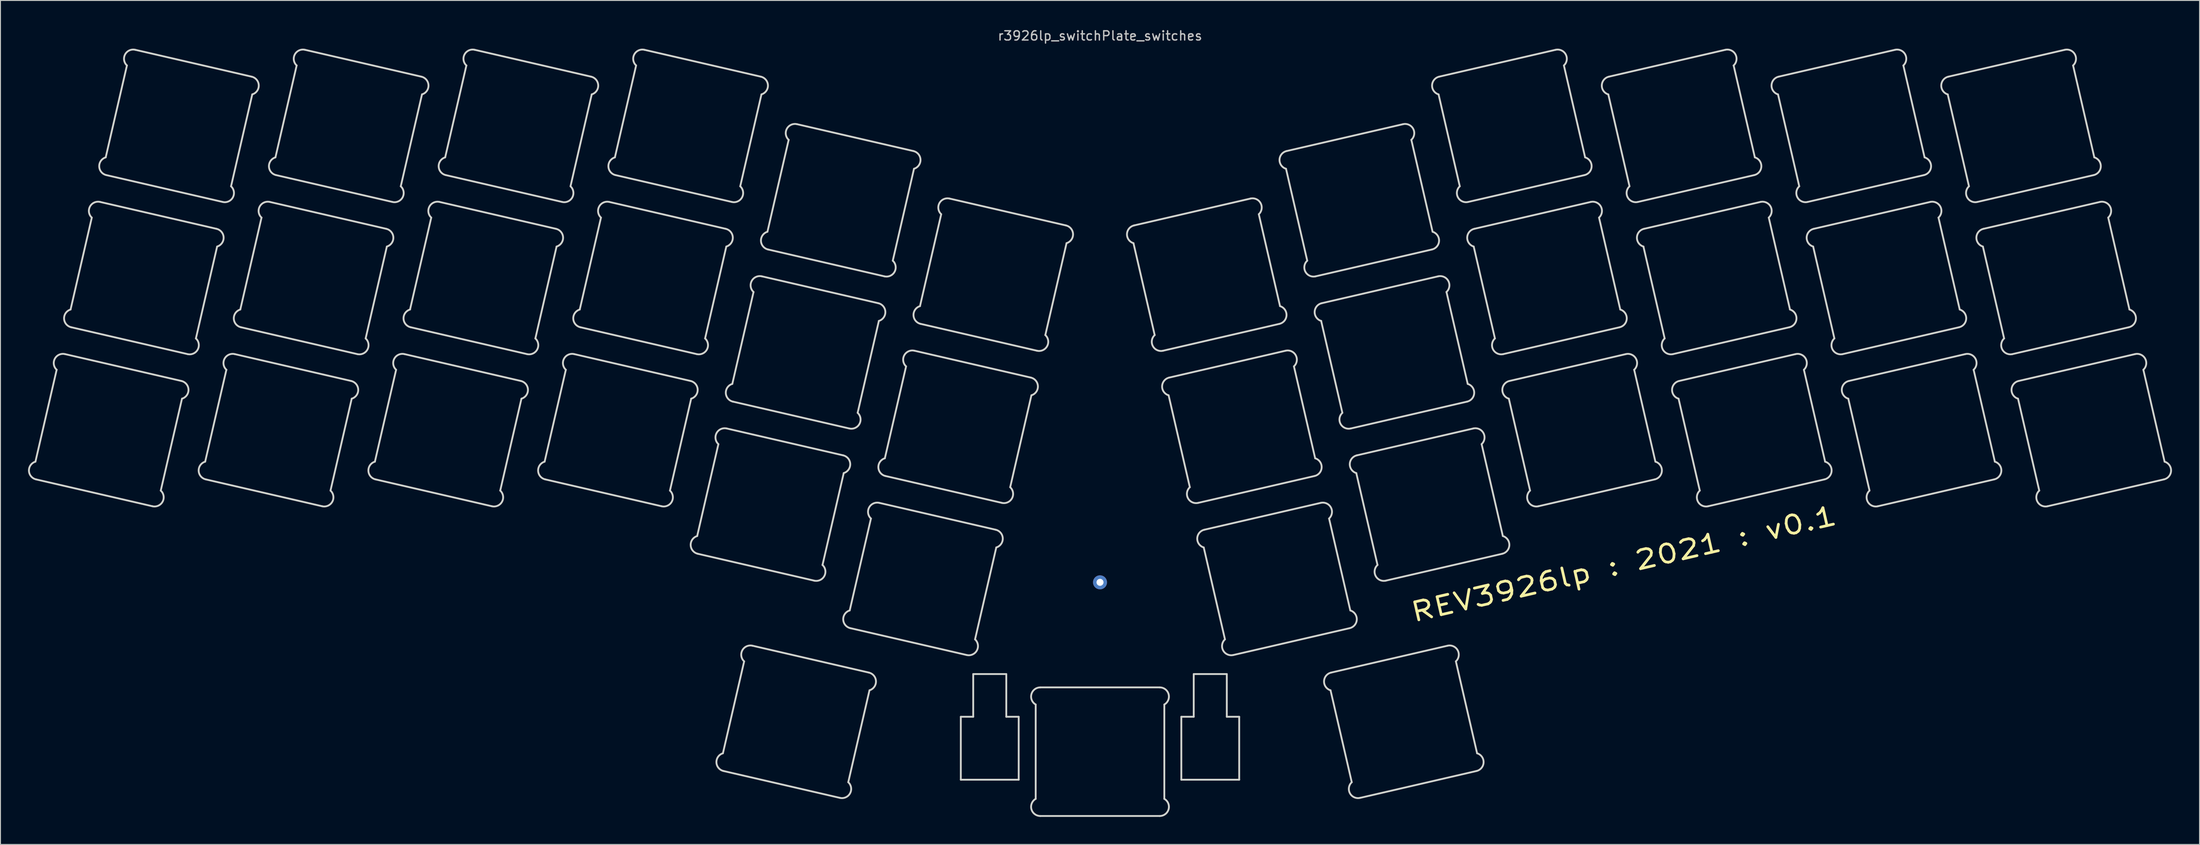
<source format=kicad_pcb>
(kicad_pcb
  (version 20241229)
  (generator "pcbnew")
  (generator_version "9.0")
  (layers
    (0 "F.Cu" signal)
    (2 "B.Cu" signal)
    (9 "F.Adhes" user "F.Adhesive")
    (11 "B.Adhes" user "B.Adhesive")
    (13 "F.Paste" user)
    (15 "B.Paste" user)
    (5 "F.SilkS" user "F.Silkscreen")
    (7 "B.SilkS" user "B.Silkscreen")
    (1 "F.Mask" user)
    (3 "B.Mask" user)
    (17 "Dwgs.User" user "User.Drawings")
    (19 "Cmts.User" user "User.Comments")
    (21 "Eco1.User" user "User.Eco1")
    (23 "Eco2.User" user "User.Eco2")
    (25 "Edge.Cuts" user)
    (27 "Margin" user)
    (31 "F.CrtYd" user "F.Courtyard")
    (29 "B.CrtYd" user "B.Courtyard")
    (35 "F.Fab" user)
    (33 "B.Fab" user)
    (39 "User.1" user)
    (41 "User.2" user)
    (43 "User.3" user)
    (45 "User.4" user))
  (footprint "r3926lp_switchPlate_switches"
    (layer "F.Cu")
    (at 116.674 0.348)
    (property "Reference" "r3926lp_switchPlate_switches" (at 0 0.5 0) (layer "Dwgs.User") (effects (font (size 1 1) (thickness 0.15))))
    (attr through_hole)
    (fp_line (start -115.867 46.863) (end -113.557 36.858) (stroke (width 0.2) (type solid)) (layer "Edge.Cuts"))
    (fp_line (start -112.65 35.153) (end -99.983 38.077) (stroke (width 0.2) (type solid)) (layer "Edge.Cuts"))
    (fp_line (start -112.043 30.299) (end -109.733 20.294) (stroke (width 0.2) (type solid)) (layer "Edge.Cuts"))
    (fp_line (start -108.826 18.588) (end -96.159 21.513) (stroke (width 0.2) (type solid)) (layer "Edge.Cuts"))
    (fp_line (start -108.218 13.734) (end -105.909 3.73) (stroke (width 0.2) (type solid)) (layer "Edge.Cuts"))
    (fp_line (start -105.002 2.024) (end -92.335 4.948) (stroke (width 0.2) (type solid)) (layer "Edge.Cuts"))
    (fp_line (start -103.133 51.718) (end -115.799 48.794) (stroke (width 0.2) (type solid)) (layer "Edge.Cuts"))
    (fp_line (start -99.916 40.008) (end -102.226 50.012) (stroke (width 0.2) (type solid)) (layer "Edge.Cuts"))
    (fp_line (start -99.308 35.154) (end -111.975 32.229) (stroke (width 0.2) (type solid)) (layer "Edge.Cuts"))
    (fp_line (start -97.394 46.863) (end -95.084 36.858) (stroke (width 0.2) (type solid)) (layer "Edge.Cuts"))
    (fp_line (start -96.092 23.443) (end -98.401 33.448) (stroke (width 0.2) (type solid)) (layer "Edge.Cuts"))
    (fp_line (start -95.484 18.589) (end -108.151 15.665) (stroke (width 0.2) (type solid)) (layer "Edge.Cuts"))
    (fp_line (start -94.177 35.153) (end -81.51 38.077) (stroke (width 0.2) (type solid)) (layer "Edge.Cuts"))
    (fp_line (start -93.57 30.299) (end -91.26 20.294) (stroke (width 0.2) (type solid)) (layer "Edge.Cuts"))
    (fp_line (start -92.267 6.879) (end -94.577 16.884) (stroke (width 0.2) (type solid)) (layer "Edge.Cuts"))
    (fp_line (start -90.353 18.588) (end -77.686 21.513) (stroke (width 0.2) (type solid)) (layer "Edge.Cuts"))
    (fp_line (start -89.745 13.734) (end -87.436 3.73) (stroke (width 0.2) (type solid)) (layer "Edge.Cuts"))
    (fp_line (start -86.529 2.024) (end -73.862 4.948) (stroke (width 0.2) (type solid)) (layer "Edge.Cuts"))
    (fp_line (start -84.66 51.718) (end -97.326 48.794) (stroke (width 0.2) (type solid)) (layer "Edge.Cuts"))
    (fp_line (start -81.443 40.008) (end -83.753 50.012) (stroke (width 0.2) (type solid)) (layer "Edge.Cuts"))
    (fp_line (start -80.835 35.154) (end -93.502 32.229) (stroke (width 0.2) (type solid)) (layer "Edge.Cuts"))
    (fp_line (start -78.921 46.863) (end -76.611 36.858) (stroke (width 0.2) (type solid)) (layer "Edge.Cuts"))
    (fp_line (start -77.619 23.443) (end -79.928 33.448) (stroke (width 0.2) (type solid)) (layer "Edge.Cuts"))
    (fp_line (start -77.011 18.589) (end -89.678 15.665) (stroke (width 0.2) (type solid)) (layer "Edge.Cuts"))
    (fp_line (start -75.704 35.153) (end -63.037 38.077) (stroke (width 0.2) (type solid)) (layer "Edge.Cuts"))
    (fp_line (start -75.097 30.299) (end -72.787 20.294) (stroke (width 0.2) (type solid)) (layer "Edge.Cuts"))
    (fp_line (start -73.794 6.879) (end -76.104 16.884) (stroke (width 0.2) (type solid)) (layer "Edge.Cuts"))
    (fp_line (start -71.88 18.588) (end -59.213 21.513) (stroke (width 0.2) (type solid)) (layer "Edge.Cuts"))
    (fp_line (start -71.272 13.734) (end -68.963 3.73) (stroke (width 0.2) (type solid)) (layer "Edge.Cuts"))
    (fp_line (start -68.056 2.024) (end -55.389 4.948) (stroke (width 0.2) (type solid)) (layer "Edge.Cuts"))
    (fp_line (start -66.187 51.718) (end -78.853 48.794) (stroke (width 0.2) (type solid)) (layer "Edge.Cuts"))
    (fp_line (start -62.97 40.008) (end -65.28 50.012) (stroke (width 0.2) (type solid)) (layer "Edge.Cuts"))
    (fp_line (start -62.362 35.154) (end -75.029 32.229) (stroke (width 0.2) (type solid)) (layer "Edge.Cuts"))
    (fp_line (start -60.448 46.863) (end -58.138 36.858) (stroke (width 0.2) (type solid)) (layer "Edge.Cuts"))
    (fp_line (start -59.146 23.443) (end -61.455 33.448) (stroke (width 0.2) (type solid)) (layer "Edge.Cuts"))
    (fp_line (start -58.538 18.589) (end -71.205 15.665) (stroke (width 0.2) (type solid)) (layer "Edge.Cuts"))
    (fp_line (start -57.231 35.153) (end -44.564 38.077) (stroke (width 0.2) (type solid)) (layer "Edge.Cuts"))
    (fp_line (start -56.624 30.299) (end -54.314 20.294) (stroke (width 0.2) (type solid)) (layer "Edge.Cuts"))
    (fp_line (start -55.321 6.879) (end -57.631 16.884) (stroke (width 0.2) (type solid)) (layer "Edge.Cuts"))
    (fp_line (start -53.407 18.588) (end -40.74 21.513) (stroke (width 0.2) (type solid)) (layer "Edge.Cuts"))
    (fp_line (start -52.799 13.734) (end -50.49 3.73) (stroke (width 0.2) (type solid)) (layer "Edge.Cuts"))
    (fp_line (start -49.583 2.024) (end -36.916 4.948) (stroke (width 0.2) (type solid)) (layer "Edge.Cuts"))
    (fp_line (start -47.714 51.718) (end -60.38 48.794) (stroke (width 0.2) (type solid)) (layer "Edge.Cuts"))
    (fp_line (start -44.497 40.008) (end -46.807 50.012) (stroke (width 0.2) (type solid)) (layer "Edge.Cuts"))
    (fp_line (start -43.889 35.154) (end -56.556 32.229) (stroke (width 0.2) (type solid)) (layer "Edge.Cuts"))
    (fp_line (start -43.844 54.961) (end -41.535 44.956) (stroke (width 0.2) (type solid)) (layer "Edge.Cuts"))
    (fp_line (start -41.042 78.612) (end -38.732 68.607) (stroke (width 0.2) (type solid)) (layer "Edge.Cuts"))
    (fp_line (start -40.673 23.443) (end -42.982 33.448) (stroke (width 0.2) (type solid)) (layer "Edge.Cuts"))
    (fp_line (start -40.628 43.251) (end -27.961 46.175) (stroke (width 0.2) (type solid)) (layer "Edge.Cuts"))
    (fp_line (start -40.065 18.589) (end -52.732 15.665) (stroke (width 0.2) (type solid)) (layer "Edge.Cuts"))
    (fp_line (start -40.02 38.397) (end -37.71 28.392) (stroke (width 0.2) (type solid)) (layer "Edge.Cuts"))
    (fp_line (start -37.825 66.901) (end -25.158 69.825) (stroke (width 0.2) (type solid)) (layer "Edge.Cuts"))
    (fp_line (start -36.848 6.879) (end -39.158 16.884) (stroke (width 0.2) (type solid)) (layer "Edge.Cuts"))
    (fp_line (start -36.803 26.686) (end -24.137 29.611) (stroke (width 0.2) (type solid)) (layer "Edge.Cuts"))
    (fp_line (start -36.196 21.832) (end -33.886 11.828) (stroke (width 0.2) (type solid)) (layer "Edge.Cuts"))
    (fp_line (start -32.979 10.122) (end -20.312 13.046) (stroke (width 0.2) (type solid)) (layer "Edge.Cuts"))
    (fp_line (start -31.11 59.816) (end -43.777 56.892) (stroke (width 0.2) (type solid)) (layer "Edge.Cuts"))
    (fp_line (start -28.307 83.467) (end -40.974 80.542) (stroke (width 0.2) (type solid)) (layer "Edge.Cuts"))
    (fp_line (start -27.893 48.106) (end -30.203 58.11) (stroke (width 0.2) (type solid)) (layer "Edge.Cuts"))
    (fp_line (start -27.286 43.252) (end -39.953 40.327) (stroke (width 0.2) (type solid)) (layer "Edge.Cuts"))
    (fp_line (start -27.241 63.059) (end -24.931 53.054) (stroke (width 0.2) (type solid)) (layer "Edge.Cuts"))
    (fp_line (start -25.091 71.756) (end -27.4 81.761) (stroke (width 0.2) (type solid)) (layer "Edge.Cuts"))
    (fp_line (start -24.069 31.541) (end -26.379 41.546) (stroke (width 0.2) (type solid)) (layer "Edge.Cuts"))
    (fp_line (start -24.024 51.349) (end -11.357 54.273) (stroke (width 0.2) (type solid)) (layer "Edge.Cuts"))
    (fp_line (start -23.462 26.688) (end -36.129 23.763) (stroke (width 0.2) (type solid)) (layer "Edge.Cuts"))
    (fp_line (start -23.417 46.495) (end -21.107 36.49) (stroke (width 0.2) (type solid)) (layer "Edge.Cuts"))
    (fp_line (start -20.245 14.977) (end -22.555 24.982) (stroke (width 0.2) (type solid)) (layer "Edge.Cuts"))
    (fp_line (start -20.2 34.784) (end -7.533 37.709) (stroke (width 0.2) (type solid)) (layer "Edge.Cuts"))
    (fp_line (start -19.593 29.93) (end -17.283 19.926) (stroke (width 0.2) (type solid)) (layer "Edge.Cuts"))
    (fp_line (start -16.376 18.22) (end -3.709 21.144) (stroke (width 0.2) (type solid)) (layer "Edge.Cuts"))
    (fp_line (start -15.15 74.638) (end -15.15 81.488) (stroke (width 0.2) (type solid)) (layer "Edge.Cuts"))
    (fp_line (start -15.15 81.488) (end -8.85 81.488) (stroke (width 0.2) (type solid)) (layer "Edge.Cuts"))
    (fp_line (start -14.507 67.914) (end -27.173 64.99) (stroke (width 0.2) (type solid)) (layer "Edge.Cuts"))
    (fp_line (start -13.8 69.988) (end -13.8 74.638) (stroke (width 0.2) (type solid)) (layer "Edge.Cuts"))
    (fp_line (start -13.8 74.638) (end -15.15 74.638) (stroke (width 0.2) (type solid)) (layer "Edge.Cuts"))
    (fp_line (start -11.29 56.204) (end -13.6 66.208) (stroke (width 0.2) (type solid)) (layer "Edge.Cuts"))
    (fp_line (start -10.682 51.35) (end -23.349 48.425) (stroke (width 0.2) (type solid)) (layer "Edge.Cuts"))
    (fp_line (start -10.2 69.988) (end -13.8 69.988) (stroke (width 0.2) (type solid)) (layer "Edge.Cuts"))
    (fp_line (start -10.2 74.638) (end -10.2 69.988) (stroke (width 0.2) (type solid)) (layer "Edge.Cuts"))
    (fp_line (start -8.85 74.638) (end -10.2 74.638) (stroke (width 0.2) (type solid)) (layer "Edge.Cuts"))
    (fp_line (start -8.85 81.488) (end -8.85 74.638) (stroke (width 0.2) (type solid)) (layer "Edge.Cuts"))
    (fp_line (start -7.466 39.639) (end -9.776 49.644) (stroke (width 0.2) (type solid)) (layer "Edge.Cuts"))
    (fp_line (start -7 83.572) (end -7 73.304) (stroke (width 0.2) (type solid)) (layer "Edge.Cuts"))
    (fp_line (start -6.858 34.786) (end -19.525 31.861) (stroke (width 0.2) (type solid)) (layer "Edge.Cuts"))
    (fp_line (start -6.5 71.438) (end 6.5 71.438) (stroke (width 0.2) (type solid)) (layer "Edge.Cuts"))
    (fp_line (start -3.642 23.075) (end -5.951 33.08) (stroke (width 0.2) (type solid)) (layer "Edge.Cuts"))
    (fp_line (start 3.709 21.144) (end 16.376 18.22) (stroke (width 0.2) (type solid)) (layer "Edge.Cuts"))
    (fp_line (start 5.951 33.08) (end 3.642 23.075) (stroke (width 0.2) (type solid)) (layer "Edge.Cuts"))
    (fp_line (start 6.5 85.438) (end -6.5 85.438) (stroke (width 0.2) (type solid)) (layer "Edge.Cuts"))
    (fp_line (start 7 73.304) (end 7 83.572) (stroke (width 0.2) (type solid)) (layer "Edge.Cuts"))
    (fp_line (start 7.533 37.709) (end 20.2 34.784) (stroke (width 0.2) (type solid)) (layer "Edge.Cuts"))
    (fp_line (start 8.85 74.638) (end 8.85 81.488) (stroke (width 0.2) (type solid)) (layer "Edge.Cuts"))
    (fp_line (start 8.85 81.488) (end 15.15 81.488) (stroke (width 0.2) (type solid)) (layer "Edge.Cuts"))
    (fp_line (start 9.776 49.644) (end 7.466 39.639) (stroke (width 0.2) (type solid)) (layer "Edge.Cuts"))
    (fp_line (start 10.2 69.988) (end 10.2 74.638) (stroke (width 0.2) (type solid)) (layer "Edge.Cuts"))
    (fp_line (start 10.2 74.638) (end 8.85 74.638) (stroke (width 0.2) (type solid)) (layer "Edge.Cuts"))
    (fp_line (start 11.357 54.273) (end 24.024 51.349) (stroke (width 0.2) (type solid)) (layer "Edge.Cuts"))
    (fp_line (start 13.6 66.208) (end 11.29 56.204) (stroke (width 0.2) (type solid)) (layer "Edge.Cuts"))
    (fp_line (start 13.8 69.988) (end 10.2 69.988) (stroke (width 0.2) (type solid)) (layer "Edge.Cuts"))
    (fp_line (start 13.8 74.638) (end 13.8 69.988) (stroke (width 0.2) (type solid)) (layer "Edge.Cuts"))
    (fp_line (start 15.15 74.638) (end 13.8 74.638) (stroke (width 0.2) (type solid)) (layer "Edge.Cuts"))
    (fp_line (start 15.15 81.488) (end 15.15 74.638) (stroke (width 0.2) (type solid)) (layer "Edge.Cuts"))
    (fp_line (start 17.283 19.926) (end 19.593 29.93) (stroke (width 0.2) (type solid)) (layer "Edge.Cuts"))
    (fp_line (start 19.525 31.861) (end 6.858 34.786) (stroke (width 0.2) (type solid)) (layer "Edge.Cuts"))
    (fp_line (start 20.312 13.046) (end 32.979 10.122) (stroke (width 0.2) (type solid)) (layer "Edge.Cuts"))
    (fp_line (start 21.107 36.49) (end 23.417 46.495) (stroke (width 0.2) (type solid)) (layer "Edge.Cuts"))
    (fp_line (start 22.555 24.982) (end 20.245 14.977) (stroke (width 0.2) (type solid)) (layer "Edge.Cuts"))
    (fp_line (start 23.349 48.425) (end 10.682 51.35) (stroke (width 0.2) (type solid)) (layer "Edge.Cuts"))
    (fp_line (start 24.137 29.611) (end 36.803 26.686) (stroke (width 0.2) (type solid)) (layer "Edge.Cuts"))
    (fp_line (start 24.931 53.054) (end 27.241 63.059) (stroke (width 0.2) (type solid)) (layer "Edge.Cuts"))
    (fp_line (start 25.158 69.825) (end 37.825 66.901) (stroke (width 0.2) (type solid)) (layer "Edge.Cuts"))
    (fp_line (start 26.379 41.546) (end 24.069 31.541) (stroke (width 0.2) (type solid)) (layer "Edge.Cuts"))
    (fp_line (start 27.173 64.99) (end 14.507 67.914) (stroke (width 0.2) (type solid)) (layer "Edge.Cuts"))
    (fp_line (start 27.4 81.761) (end 25.091 71.756) (stroke (width 0.2) (type solid)) (layer "Edge.Cuts"))
    (fp_line (start 27.961 46.175) (end 40.628 43.251) (stroke (width 0.2) (type solid)) (layer "Edge.Cuts"))
    (fp_line (start 30.203 58.11) (end 27.893 48.106) (stroke (width 0.2) (type solid)) (layer "Edge.Cuts"))
    (fp_line (start 33.886 11.828) (end 36.196 21.832) (stroke (width 0.2) (type solid)) (layer "Edge.Cuts"))
    (fp_line (start 36.129 23.763) (end 23.462 26.688) (stroke (width 0.2) (type solid)) (layer "Edge.Cuts"))
    (fp_line (start 36.916 4.948) (end 49.583 2.024) (stroke (width 0.2) (type solid)) (layer "Edge.Cuts"))
    (fp_line (start 37.71 28.392) (end 40.02 38.397) (stroke (width 0.2) (type solid)) (layer "Edge.Cuts"))
    (fp_line (start 38.732 68.607) (end 41.042 78.612) (stroke (width 0.2) (type solid)) (layer "Edge.Cuts"))
    (fp_line (start 39.158 16.884) (end 36.848 6.879) (stroke (width 0.2) (type solid)) (layer "Edge.Cuts"))
    (fp_line (start 39.953 40.327) (end 27.286 43.252) (stroke (width 0.2) (type solid)) (layer "Edge.Cuts"))
    (fp_line (start 40.74 21.513) (end 53.407 18.588) (stroke (width 0.2) (type solid)) (layer "Edge.Cuts"))
    (fp_line (start 40.974 80.542) (end 28.307 83.467) (stroke (width 0.2) (type solid)) (layer "Edge.Cuts"))
    (fp_line (start 41.535 44.956) (end 43.844 54.961) (stroke (width 0.2) (type solid)) (layer "Edge.Cuts"))
    (fp_line (start 42.982 33.448) (end 40.673 23.443) (stroke (width 0.2) (type solid)) (layer "Edge.Cuts"))
    (fp_line (start 43.777 56.892) (end 31.11 59.816) (stroke (width 0.2) (type solid)) (layer "Edge.Cuts"))
    (fp_line (start 44.564 38.077) (end 57.231 35.153) (stroke (width 0.2) (type solid)) (layer "Edge.Cuts"))
    (fp_line (start 46.807 50.012) (end 44.497 40.008) (stroke (width 0.2) (type solid)) (layer "Edge.Cuts"))
    (fp_line (start 50.49 3.73) (end 52.799 13.734) (stroke (width 0.2) (type solid)) (layer "Edge.Cuts"))
    (fp_line (start 52.732 15.665) (end 40.065 18.589) (stroke (width 0.2) (type solid)) (layer "Edge.Cuts"))
    (fp_line (start 54.314 20.294) (end 56.624 30.299) (stroke (width 0.2) (type solid)) (layer "Edge.Cuts"))
    (fp_line (start 55.389 4.948) (end 68.056 2.024) (stroke (width 0.2) (type solid)) (layer "Edge.Cuts"))
    (fp_line (start 56.556 32.229) (end 43.889 35.154) (stroke (width 0.2) (type solid)) (layer "Edge.Cuts"))
    (fp_line (start 57.631 16.884) (end 55.321 6.879) (stroke (width 0.2) (type solid)) (layer "Edge.Cuts"))
    (fp_line (start 58.138 36.858) (end 60.448 46.863) (stroke (width 0.2) (type solid)) (layer "Edge.Cuts"))
    (fp_line (start 59.213 21.513) (end 71.88 18.588) (stroke (width 0.2) (type solid)) (layer "Edge.Cuts"))
    (fp_line (start 60.38 48.794) (end 47.714 51.718) (stroke (width 0.2) (type solid)) (layer "Edge.Cuts"))
    (fp_line (start 61.455 33.448) (end 59.146 23.443) (stroke (width 0.2) (type solid)) (layer "Edge.Cuts"))
    (fp_line (start 63.037 38.077) (end 75.704 35.153) (stroke (width 0.2) (type solid)) (layer "Edge.Cuts"))
    (fp_line (start 65.28 50.012) (end 62.97 40.008) (stroke (width 0.2) (type solid)) (layer "Edge.Cuts"))
    (fp_line (start 68.963 3.73) (end 71.272 13.734) (stroke (width 0.2) (type solid)) (layer "Edge.Cuts"))
    (fp_line (start 71.205 15.665) (end 58.538 18.589) (stroke (width 0.2) (type solid)) (layer "Edge.Cuts"))
    (fp_line (start 72.787 20.294) (end 75.097 30.299) (stroke (width 0.2) (type solid)) (layer "Edge.Cuts"))
    (fp_line (start 73.862 4.948) (end 86.529 2.024) (stroke (width 0.2) (type solid)) (layer "Edge.Cuts"))
    (fp_line (start 75.029 32.229) (end 62.362 35.154) (stroke (width 0.2) (type solid)) (layer "Edge.Cuts"))
    (fp_line (start 76.104 16.884) (end 73.794 6.879) (stroke (width 0.2) (type solid)) (layer "Edge.Cuts"))
    (fp_line (start 76.611 36.858) (end 78.921 46.863) (stroke (width 0.2) (type solid)) (layer "Edge.Cuts"))
    (fp_line (start 77.686 21.513) (end 90.353 18.588) (stroke (width 0.2) (type solid)) (layer "Edge.Cuts"))
    (fp_line (start 78.853 48.794) (end 66.187 51.718) (stroke (width 0.2) (type solid)) (layer "Edge.Cuts"))
    (fp_line (start 79.928 33.448) (end 77.619 23.443) (stroke (width 0.2) (type solid)) (layer "Edge.Cuts"))
    (fp_line (start 81.51 38.077) (end 94.177 35.153) (stroke (width 0.2) (type solid)) (layer "Edge.Cuts"))
    (fp_line (start 83.753 50.012) (end 81.443 40.008) (stroke (width 0.2) (type solid)) (layer "Edge.Cuts"))
    (fp_line (start 87.436 3.73) (end 89.745 13.734) (stroke (width 0.2) (type solid)) (layer "Edge.Cuts"))
    (fp_line (start 89.678 15.665) (end 77.011 18.589) (stroke (width 0.2) (type solid)) (layer "Edge.Cuts"))
    (fp_line (start 91.26 20.294) (end 93.57 30.299) (stroke (width 0.2) (type solid)) (layer "Edge.Cuts"))
    (fp_line (start 92.335 4.948) (end 105.002 2.024) (stroke (width 0.2) (type solid)) (layer "Edge.Cuts"))
    (fp_line (start 93.502 32.229) (end 80.835 35.154) (stroke (width 0.2) (type solid)) (layer "Edge.Cuts"))
    (fp_line (start 94.577 16.884) (end 92.267 6.879) (stroke (width 0.2) (type solid)) (layer "Edge.Cuts"))
    (fp_line (start 95.084 36.858) (end 97.394 46.863) (stroke (width 0.2) (type solid)) (layer "Edge.Cuts"))
    (fp_line (start 96.159 21.513) (end 108.826 18.588) (stroke (width 0.2) (type solid)) (layer "Edge.Cuts"))
    (fp_line (start 97.326 48.794) (end 84.66 51.718) (stroke (width 0.2) (type solid)) (layer "Edge.Cuts"))
    (fp_line (start 98.401 33.448) (end 96.092 23.443) (stroke (width 0.2) (type solid)) (layer "Edge.Cuts"))
    (fp_line (start 99.983 38.077) (end 112.65 35.153) (stroke (width 0.2) (type solid)) (layer "Edge.Cuts"))
    (fp_line (start 102.226 50.012) (end 99.916 40.008) (stroke (width 0.2) (type solid)) (layer "Edge.Cuts"))
    (fp_line (start 105.909 3.73) (end 108.218 13.734) (stroke (width 0.2) (type solid)) (layer "Edge.Cuts"))
    (fp_line (start 108.151 15.665) (end 95.484 18.589) (stroke (width 0.2) (type solid)) (layer "Edge.Cuts"))
    (fp_line (start 109.733 20.294) (end 112.043 30.299) (stroke (width 0.2) (type solid)) (layer "Edge.Cuts"))
    (fp_line (start 111.975 32.229) (end 99.308 35.154) (stroke (width 0.2) (type solid)) (layer "Edge.Cuts"))
    (fp_line (start 113.557 36.858) (end 115.867 46.863) (stroke (width 0.2) (type solid)) (layer "Edge.Cuts"))
    (fp_line (start 115.799 48.794) (end 103.133 51.718) (stroke (width 0.2) (type solid)) (layer "Edge.Cuts"))
    (fp_arc (start -115.799321 48.793695) (mid -116.573762 47.854225) (end -115.866743 46.863021) (stroke (width 0.2) (type solid)) (layer "Edge.Cuts"))
    (fp_arc (start -113.556959 36.858239) (mid -113.757907 35.657412) (end -112.650007 35.152514) (stroke (width 0.2) (type solid)) (layer "Edge.Cuts"))
    (fp_arc (start -111.975154 32.229404) (mid -112.749594 31.289934) (end -112.042575 30.298729) (stroke (width 0.2) (type solid)) (layer "Edge.Cuts"))
    (fp_arc (start -109.732789 20.293947) (mid -109.933739 19.093122) (end -108.82584 18.588223) (stroke (width 0.2) (type solid)) (layer "Edge.Cuts"))
    (fp_arc (start -108.150986 15.665113) (mid -108.925426 14.725643) (end -108.218407 13.734438) (stroke (width 0.2) (type solid)) (layer "Edge.Cuts"))
    (fp_arc (start -105.908621 3.729656) (mid -106.109571 2.528831) (end -105.001672 2.023932) (stroke (width 0.2) (type solid)) (layer "Edge.Cuts"))
    (fp_arc (start -102.225562 50.012335) (mid -102.024612 51.21316) (end -103.132511 51.718059) (stroke (width 0.2) (type solid)) (layer "Edge.Cuts"))
    (fp_arc (start -99.983197 38.076878) (mid -99.208757 39.016348) (end -99.915776 40.007553) (stroke (width 0.2) (type solid)) (layer "Edge.Cuts"))
    (fp_arc (start -98.401394 33.448044) (mid -98.200444 34.648869) (end -99.308343 35.153768) (stroke (width 0.2) (type solid)) (layer "Edge.Cuts"))
    (fp_arc (start -97.326321 48.793695) (mid -98.100762 47.854225) (end -97.393743 46.863021) (stroke (width 0.2) (type solid)) (layer "Edge.Cuts"))
    (fp_arc (start -96.159029 21.512587) (mid -95.384589 22.452057) (end -96.091608 23.443262) (stroke (width 0.2) (type solid)) (layer "Edge.Cuts"))
    (fp_arc (start -95.083959 36.858239) (mid -95.284907 35.657412) (end -94.177007 35.152514) (stroke (width 0.2) (type solid)) (layer "Edge.Cuts"))
    (fp_arc (start -94.577227 16.883753) (mid -94.376277 18.084578) (end -95.484176 18.589477) (stroke (width 0.2) (type solid)) (layer "Edge.Cuts"))
    (fp_arc (start -93.502154 32.229404) (mid -94.276594 31.289934) (end -93.569575 30.298729) (stroke (width 0.2) (type solid)) (layer "Edge.Cuts"))
    (fp_arc (start -92.334861 4.948296) (mid -91.560421 5.887766) (end -92.26744 6.878971) (stroke (width 0.2) (type solid)) (layer "Edge.Cuts"))
    (fp_arc (start -91.259789 20.293947) (mid -91.460739 19.093122) (end -90.35284 18.588223) (stroke (width 0.2) (type solid)) (layer "Edge.Cuts"))
    (fp_arc (start -89.677986 15.665113) (mid -90.452426 14.725643) (end -89.745407 13.734438) (stroke (width 0.2) (type solid)) (layer "Edge.Cuts"))
    (fp_arc (start -87.435621 3.729656) (mid -87.636571 2.528831) (end -86.528672 2.023932) (stroke (width 0.2) (type solid)) (layer "Edge.Cuts"))
    (fp_arc (start -83.752562 50.012335) (mid -83.551612 51.21316) (end -84.659511 51.718059) (stroke (width 0.2) (type solid)) (layer "Edge.Cuts"))
    (fp_arc (start -81.510197 38.076878) (mid -80.735757 39.016348) (end -81.442776 40.007553) (stroke (width 0.2) (type solid)) (layer "Edge.Cuts"))
    (fp_arc (start -79.928394 33.448044) (mid -79.727444 34.648869) (end -80.835343 35.153768) (stroke (width 0.2) (type solid)) (layer "Edge.Cuts"))
    (fp_arc (start -78.853321 48.793695) (mid -79.627762 47.854225) (end -78.920743 46.863021) (stroke (width 0.2) (type solid)) (layer "Edge.Cuts"))
    (fp_arc (start -77.686029 21.512587) (mid -76.911589 22.452057) (end -77.618608 23.443262) (stroke (width 0.2) (type solid)) (layer "Edge.Cuts"))
    (fp_arc (start -76.610959 36.858239) (mid -76.811907 35.657412) (end -75.704007 35.152514) (stroke (width 0.2) (type solid)) (layer "Edge.Cuts"))
    (fp_arc (start -76.104227 16.883753) (mid -75.903277 18.084578) (end -77.011176 18.589477) (stroke (width 0.2) (type solid)) (layer "Edge.Cuts"))
    (fp_arc (start -75.029154 32.229404) (mid -75.803594 31.289934) (end -75.096575 30.298729) (stroke (width 0.2) (type solid)) (layer "Edge.Cuts"))
    (fp_arc (start -73.861861 4.948296) (mid -73.087421 5.887766) (end -73.79444 6.878971) (stroke (width 0.2) (type solid)) (layer "Edge.Cuts"))
    (fp_arc (start -72.786789 20.293947) (mid -72.987739 19.093122) (end -71.87984 18.588223) (stroke (width 0.2) (type solid)) (layer "Edge.Cuts"))
    (fp_arc (start -71.204986 15.665113) (mid -71.979426 14.725643) (end -71.272407 13.734438) (stroke (width 0.2) (type solid)) (layer "Edge.Cuts"))
    (fp_arc (start -68.962621 3.729656) (mid -69.163571 2.528831) (end -68.055672 2.023932) (stroke (width 0.2) (type solid)) (layer "Edge.Cuts"))
    (fp_arc (start -65.279562 50.012335) (mid -65.078612 51.21316) (end -66.186511 51.718059) (stroke (width 0.2) (type solid)) (layer "Edge.Cuts"))
    (fp_arc (start -63.037197 38.076878) (mid -62.262757 39.016348) (end -62.969776 40.007553) (stroke (width 0.2) (type solid)) (layer "Edge.Cuts"))
    (fp_arc (start -61.455394 33.448044) (mid -61.254444 34.648869) (end -62.362343 35.153768) (stroke (width 0.2) (type solid)) (layer "Edge.Cuts"))
    (fp_arc (start -60.380321 48.793695) (mid -61.154762 47.854225) (end -60.447743 46.863021) (stroke (width 0.2) (type solid)) (layer "Edge.Cuts"))
    (fp_arc (start -59.213029 21.512587) (mid -58.438589 22.452057) (end -59.145608 23.443262) (stroke (width 0.2) (type solid)) (layer "Edge.Cuts"))
    (fp_arc (start -58.137959 36.858239) (mid -58.338907 35.657412) (end -57.231007 35.152514) (stroke (width 0.2) (type solid)) (layer "Edge.Cuts"))
    (fp_arc (start -57.631227 16.883753) (mid -57.430277 18.084578) (end -58.538176 18.589477) (stroke (width 0.2) (type solid)) (layer "Edge.Cuts"))
    (fp_arc (start -56.556154 32.229404) (mid -57.330594 31.289934) (end -56.623575 30.298729) (stroke (width 0.2) (type solid)) (layer "Edge.Cuts"))
    (fp_arc (start -55.388861 4.948296) (mid -54.614421 5.887766) (end -55.32144 6.878971) (stroke (width 0.2) (type solid)) (layer "Edge.Cuts"))
    (fp_arc (start -54.313789 20.293947) (mid -54.514739 19.093122) (end -53.40684 18.588223) (stroke (width 0.2) (type solid)) (layer "Edge.Cuts"))
    (fp_arc (start -52.731986 15.665113) (mid -53.506426 14.725643) (end -52.799407 13.734438) (stroke (width 0.2) (type solid)) (layer "Edge.Cuts"))
    (fp_arc (start -50.489621 3.729656) (mid -50.690571 2.528831) (end -49.582672 2.023932) (stroke (width 0.2) (type solid)) (layer "Edge.Cuts"))
    (fp_arc (start -46.806562 50.012335) (mid -46.605612 51.21316) (end -47.713511 51.718059) (stroke (width 0.2) (type solid)) (layer "Edge.Cuts"))
    (fp_arc (start -44.564197 38.076878) (mid -43.789757 39.016348) (end -44.496776 40.007553) (stroke (width 0.2) (type solid)) (layer "Edge.Cuts"))
    (fp_arc (start -43.7769 56.891724) (mid -44.551339 55.952254) (end -43.84432 54.961051) (stroke (width 0.2) (type solid)) (layer "Edge.Cuts"))
    (fp_arc (start -42.982394 33.448044) (mid -42.781444 34.648869) (end -43.889343 35.153768) (stroke (width 0.2) (type solid)) (layer "Edge.Cuts"))
    (fp_arc (start -41.534534 44.956269) (mid -41.735484 43.755444) (end -40.627585 43.250545) (stroke (width 0.2) (type solid)) (layer "Edge.Cuts"))
    (fp_arc (start -40.974142 80.542183) (mid -41.748582 79.602713) (end -41.041563 78.611508) (stroke (width 0.2) (type solid)) (layer "Edge.Cuts"))
    (fp_arc (start -40.740029 21.512587) (mid -39.965589 22.452057) (end -40.672608 23.443262) (stroke (width 0.2) (type solid)) (layer "Edge.Cuts"))
    (fp_arc (start -39.952731 40.327434) (mid -40.727172 39.387964) (end -40.020153 38.39676) (stroke (width 0.2) (type solid)) (layer "Edge.Cuts"))
    (fp_arc (start -39.158227 16.883753) (mid -38.957277 18.084578) (end -40.065176 18.589477) (stroke (width 0.2) (type solid)) (layer "Edge.Cuts"))
    (fp_arc (start -38.731776 68.606726) (mid -38.932726 67.405901) (end -37.824827 66.901002) (stroke (width 0.2) (type solid)) (layer "Edge.Cuts"))
    (fp_arc (start -37.710366 28.391978) (mid -37.911316 27.191153) (end -36.803417 26.686254) (stroke (width 0.2) (type solid)) (layer "Edge.Cuts"))
    (fp_arc (start -36.915861 4.948296) (mid -36.141421 5.887766) (end -36.84844 6.878971) (stroke (width 0.2) (type solid)) (layer "Edge.Cuts"))
    (fp_arc (start -36.128563 23.763143) (mid -36.903004 22.823673) (end -36.195985 21.832469) (stroke (width 0.2) (type solid)) (layer "Edge.Cuts"))
    (fp_arc (start -33.886198 11.827686) (mid -34.087148 10.626861) (end -32.979249 10.121962) (stroke (width 0.2) (type solid)) (layer "Edge.Cuts"))
    (fp_arc (start -30.20314 58.110365) (mid -30.00219 59.31119) (end -31.110089 59.816089) (stroke (width 0.2) (type solid)) (layer "Edge.Cuts"))
    (fp_arc (start -27.960773 46.174908) (mid -27.186334 47.114379) (end -27.893354 48.105583) (stroke (width 0.2) (type solid)) (layer "Edge.Cuts"))
    (fp_arc (start -27.400382 81.760822) (mid -27.199432 82.961647) (end -28.307331 83.466546) (stroke (width 0.2) (type solid)) (layer "Edge.Cuts"))
    (fp_arc (start -27.173477 64.989756) (mid -27.947917 64.050286) (end -27.240898 63.059081) (stroke (width 0.2) (type solid)) (layer "Edge.Cuts"))
    (fp_arc (start -26.378972 41.546074) (mid -26.178022 42.746899) (end -27.285921 43.251798) (stroke (width 0.2) (type solid)) (layer "Edge.Cuts"))
    (fp_arc (start -25.158017 69.825365) (mid -24.383577 70.764835) (end -25.090596 71.75604) (stroke (width 0.2) (type solid)) (layer "Edge.Cuts"))
    (fp_arc (start -24.931112 53.054299) (mid -25.132062 51.853474) (end -24.024163 51.348575) (stroke (width 0.2) (type solid)) (layer "Edge.Cuts"))
    (fp_arc (start -24.136605 29.610617) (mid -23.362166 30.550088) (end -24.069186 31.541292) (stroke (width 0.2) (type solid)) (layer "Edge.Cuts"))
    (fp_arc (start -23.349309 48.425465) (mid -24.123749 47.485995) (end -23.41673 46.49479) (stroke (width 0.2) (type solid)) (layer "Edge.Cuts"))
    (fp_arc (start -22.554804 24.981783) (mid -22.353854 26.182608) (end -23.461753 26.687507) (stroke (width 0.2) (type solid)) (layer "Edge.Cuts"))
    (fp_arc (start -21.106944 36.490008) (mid -21.307894 35.289183) (end -20.199995 34.784284) (stroke (width 0.2) (type solid)) (layer "Edge.Cuts"))
    (fp_arc (start -20.312437 13.046326) (mid -19.537998 13.985797) (end -20.245018 14.977001) (stroke (width 0.2) (type solid)) (layer "Edge.Cuts"))
    (fp_arc (start -19.525142 31.861172) (mid -20.299581 30.921702) (end -19.592562 29.930499) (stroke (width 0.2) (type solid)) (layer "Edge.Cuts"))
    (fp_arc (start -17.282776 19.925717) (mid -17.483726 18.724892) (end -16.375827 18.219993) (stroke (width 0.2) (type solid)) (layer "Edge.Cuts"))
    (fp_arc (start -13.599718 66.208395) (mid -13.398768 67.40922) (end -14.506667 67.914119) (stroke (width 0.2) (type solid)) (layer "Edge.Cuts"))
    (fp_arc (start -11.357353 54.272939) (mid -10.582912 55.212409) (end -11.289931 56.203613) (stroke (width 0.2) (type solid)) (layer "Edge.Cuts"))
    (fp_arc (start -9.77555 49.644104) (mid -9.5746 50.844929) (end -10.682499 51.349828) (stroke (width 0.2) (type solid)) (layer "Edge.Cuts"))
    (fp_arc (start -7.533184 37.708647) (mid -6.758744 38.648117) (end -7.465763 39.639322) (stroke (width 0.2) (type solid)) (layer "Edge.Cuts"))
    (fp_arc (start -6.999999 73.304493) (mid -7.465924 72.179649) (end -6.499999 71.438468) (stroke (width 0.2) (type solid)) (layer "Edge.Cuts"))
    (fp_arc (start -6.499999 85.438469) (mid -7.465926 84.697287) (end -6.999999 83.572442) (stroke (width 0.2) (type solid)) (layer "Edge.Cuts"))
    (fp_arc (start -5.951382 33.079813) (mid -5.750432 34.280638) (end -6.858331 34.785537) (stroke (width 0.2) (type solid)) (layer "Edge.Cuts"))
    (fp_arc (start -3.709016 21.144356) (mid -2.934576 22.083826) (end -3.641595 23.075031) (stroke (width 0.2) (type solid)) (layer "Edge.Cuts"))
    (fp_arc (start 3.641595 23.075031) (mid 2.934576 22.083826) (end 3.709016 21.144356) (stroke (width 0.2) (type solid)) (layer "Edge.Cuts"))
    (fp_arc (start 6.5 71.438468) (mid 7.465926 72.179649) (end 7 73.304493) (stroke (width 0.2) (type solid)) (layer "Edge.Cuts"))
    (fp_arc (start 6.858331 34.785538) (mid 5.750432 34.280639) (end 5.951381 33.079813) (stroke (width 0.2) (type solid)) (layer "Edge.Cuts"))
    (fp_arc (start 7 83.572443) (mid 7.465925 84.697287) (end 6.5 85.438468) (stroke (width 0.2) (type solid)) (layer "Edge.Cuts"))
    (fp_arc (start 7.465763 39.639322) (mid 6.758744 38.648117) (end 7.533184 37.708647) (stroke (width 0.2) (type solid)) (layer "Edge.Cuts"))
    (fp_arc (start 10.6825 51.349828) (mid 9.574601 50.84493) (end 9.775549 49.644105) (stroke (width 0.2) (type solid)) (layer "Edge.Cuts"))
    (fp_arc (start 11.289931 56.203614) (mid 10.582912 55.212409) (end 11.357352 54.272939) (stroke (width 0.2) (type solid)) (layer "Edge.Cuts"))
    (fp_arc (start 14.506668 67.914119) (mid 13.398769 67.409221) (end 13.599717 66.208396) (stroke (width 0.2) (type solid)) (layer "Edge.Cuts"))
    (fp_arc (start 16.375827 18.219994) (mid 17.483725 18.724892) (end 17.282776 19.925716) (stroke (width 0.2) (type solid)) (layer "Edge.Cuts"))
    (fp_arc (start 19.592563 29.930497) (mid 20.299583 30.921703) (end 19.525142 31.861174) (stroke (width 0.2) (type solid)) (layer "Edge.Cuts"))
    (fp_arc (start 20.199995 34.784285) (mid 21.307893 35.289183) (end 21.106944 36.490007) (stroke (width 0.2) (type solid)) (layer "Edge.Cuts"))
    (fp_arc (start 20.245017 14.977001) (mid 19.537998 13.985796) (end 20.312438 13.046326) (stroke (width 0.2) (type solid)) (layer "Edge.Cuts"))
    (fp_arc (start 23.41673 46.49479) (mid 24.123749 47.485995) (end 23.349309 48.425465) (stroke (width 0.2) (type solid)) (layer "Edge.Cuts"))
    (fp_arc (start 23.461753 26.687507) (mid 22.353854 26.182608) (end 22.554804 24.981783) (stroke (width 0.2) (type solid)) (layer "Edge.Cuts"))
    (fp_arc (start 24.024163 51.348575) (mid 25.132062 51.853474) (end 24.931112 53.054299) (stroke (width 0.2) (type solid)) (layer "Edge.Cuts"))
    (fp_arc (start 24.069185 31.541292) (mid 23.362166 30.550087) (end 24.136606 29.610617) (stroke (width 0.2) (type solid)) (layer "Edge.Cuts"))
    (fp_arc (start 25.090596 71.75604) (mid 24.383577 70.764835) (end 25.158017 69.825365) (stroke (width 0.2) (type solid)) (layer "Edge.Cuts"))
    (fp_arc (start 27.240898 63.059081) (mid 27.947917 64.050286) (end 27.173477 64.989756) (stroke (width 0.2) (type solid)) (layer "Edge.Cuts"))
    (fp_arc (start 27.285921 43.251798) (mid 26.178022 42.746899) (end 26.378972 41.546074) (stroke (width 0.2) (type solid)) (layer "Edge.Cuts"))
    (fp_arc (start 27.893353 48.105583) (mid 27.186334 47.114378) (end 27.960774 46.174908) (stroke (width 0.2) (type solid)) (layer "Edge.Cuts"))
    (fp_arc (start 28.307331 83.466545) (mid 27.199433 82.961647) (end 27.400382 81.760823) (stroke (width 0.2) (type solid)) (layer "Edge.Cuts"))
    (fp_arc (start 31.110089 59.816089) (mid 30.00219 59.31119) (end 30.20314 58.110365) (stroke (width 0.2) (type solid)) (layer "Edge.Cuts"))
    (fp_arc (start 32.979249 10.121961) (mid 34.087148 10.62686) (end 33.886199 11.827686) (stroke (width 0.2) (type solid)) (layer "Edge.Cuts"))
    (fp_arc (start 36.195985 21.832468) (mid 36.903004 22.823673) (end 36.128564 23.763143) (stroke (width 0.2) (type solid)) (layer "Edge.Cuts"))
    (fp_arc (start 36.803416 26.686254) (mid 37.911315 27.191152) (end 37.710367 28.391977) (stroke (width 0.2) (type solid)) (layer "Edge.Cuts"))
    (fp_arc (start 36.84844 6.878971) (mid 36.141421 5.887766) (end 36.915861 4.948296) (stroke (width 0.2) (type solid)) (layer "Edge.Cuts"))
    (fp_arc (start 37.824826 66.901002) (mid 38.932725 67.4059) (end 38.731777 68.606725) (stroke (width 0.2) (type solid)) (layer "Edge.Cuts"))
    (fp_arc (start 40.020153 38.396759) (mid 40.727172 39.387964) (end 39.952732 40.327434) (stroke (width 0.2) (type solid)) (layer "Edge.Cuts"))
    (fp_arc (start 40.065176 18.589478) (mid 38.957277 18.084579) (end 39.158226 16.883753) (stroke (width 0.2) (type solid)) (layer "Edge.Cuts"))
    (fp_arc (start 40.627585 43.250546) (mid 41.735483 43.755444) (end 41.534534 44.956268) (stroke (width 0.2) (type solid)) (layer "Edge.Cuts"))
    (fp_arc (start 40.672608 23.443262) (mid 39.965589 22.452057) (end 40.740029 21.512587) (stroke (width 0.2) (type solid)) (layer "Edge.Cuts"))
    (fp_arc (start 41.041563 78.611508) (mid 41.748582 79.602713) (end 40.974142 80.542183) (stroke (width 0.2) (type solid)) (layer "Edge.Cuts"))
    (fp_arc (start 43.844321 54.961049) (mid 44.551341 55.952255) (end 43.7769 56.891726) (stroke (width 0.2) (type solid)) (layer "Edge.Cuts"))
    (fp_arc (start 43.889343 35.153768) (mid 42.781444 34.648869) (end 42.982394 33.448044) (stroke (width 0.2) (type solid)) (layer "Edge.Cuts"))
    (fp_arc (start 44.496776 40.007553) (mid 43.789757 39.016348) (end 44.564197 38.076878) (stroke (width 0.2) (type solid)) (layer "Edge.Cuts"))
    (fp_arc (start 47.713511 51.718059) (mid 46.605612 51.21316) (end 46.806562 50.012335) (stroke (width 0.2) (type solid)) (layer "Edge.Cuts"))
    (fp_arc (start 49.582672 2.023932) (mid 50.690571 2.528831) (end 50.489621 3.729656) (stroke (width 0.2) (type solid)) (layer "Edge.Cuts"))
    (fp_arc (start 52.799407 13.734438) (mid 53.506426 14.725643) (end 52.731986 15.665113) (stroke (width 0.2) (type solid)) (layer "Edge.Cuts"))
    (fp_arc (start 53.40684 18.588223) (mid 54.514739 19.093122) (end 54.313789 20.293947) (stroke (width 0.2) (type solid)) (layer "Edge.Cuts"))
    (fp_arc (start 55.32144 6.878971) (mid 54.614421 5.887766) (end 55.388861 4.948296) (stroke (width 0.2) (type solid)) (layer "Edge.Cuts"))
    (fp_arc (start 56.623575 30.298729) (mid 57.330594 31.289934) (end 56.556154 32.229404) (stroke (width 0.2) (type solid)) (layer "Edge.Cuts"))
    (fp_arc (start 57.231008 35.152516) (mid 58.338906 35.657414) (end 58.137957 36.858238) (stroke (width 0.2) (type solid)) (layer "Edge.Cuts"))
    (fp_arc (start 58.538176 18.589478) (mid 57.430277 18.084579) (end 57.631226 16.883753) (stroke (width 0.2) (type solid)) (layer "Edge.Cuts"))
    (fp_arc (start 59.145608 23.443262) (mid 58.438589 22.452057) (end 59.213029 21.512587) (stroke (width 0.2) (type solid)) (layer "Edge.Cuts"))
    (fp_arc (start 60.447743 46.86302) (mid 61.154762 47.854225) (end 60.380322 48.793695) (stroke (width 0.2) (type solid)) (layer "Edge.Cuts"))
    (fp_arc (start 62.362343 35.153768) (mid 61.254444 34.648869) (end 61.455394 33.448044) (stroke (width 0.2) (type solid)) (layer "Edge.Cuts"))
    (fp_arc (start 62.969776 40.007553) (mid 62.262757 39.016348) (end 63.037197 38.076878) (stroke (width 0.2) (type solid)) (layer "Edge.Cuts"))
    (fp_arc (start 66.186511 51.718059) (mid 65.078612 51.21316) (end 65.279562 50.012335) (stroke (width 0.2) (type solid)) (layer "Edge.Cuts"))
    (fp_arc (start 68.055672 2.023932) (mid 69.163571 2.528831) (end 68.962621 3.729656) (stroke (width 0.2) (type solid)) (layer "Edge.Cuts"))
    (fp_arc (start 71.272407 13.734438) (mid 71.979426 14.725643) (end 71.204986 15.665113) (stroke (width 0.2) (type solid)) (layer "Edge.Cuts"))
    (fp_arc (start 71.87984 18.588223) (mid 72.987739 19.093122) (end 72.786789 20.293947) (stroke (width 0.2) (type solid)) (layer "Edge.Cuts"))
    (fp_arc (start 73.79444 6.878971) (mid 73.087421 5.887766) (end 73.861861 4.948296) (stroke (width 0.2) (type solid)) (layer "Edge.Cuts"))
    (fp_arc (start 75.096575 30.298729) (mid 75.803594 31.289934) (end 75.029154 32.229404) (stroke (width 0.2) (type solid)) (layer "Edge.Cuts"))
    (fp_arc (start 75.704008 35.152516) (mid 76.811906 35.657414) (end 76.610957 36.858238) (stroke (width 0.2) (type solid)) (layer "Edge.Cuts"))
    (fp_arc (start 77.011176 18.589478) (mid 75.903277 18.084579) (end 76.104226 16.883753) (stroke (width 0.2) (type solid)) (layer "Edge.Cuts"))
    (fp_arc (start 77.618608 23.443262) (mid 76.911589 22.452057) (end 77.686029 21.512587) (stroke (width 0.2) (type solid)) (layer "Edge.Cuts"))
    (fp_arc (start 78.920743 46.86302) (mid 79.627762 47.854225) (end 78.853322 48.793695) (stroke (width 0.2) (type solid)) (layer "Edge.Cuts"))
    (fp_arc (start 80.835343 35.153768) (mid 79.727444 34.648869) (end 79.928394 33.448044) (stroke (width 0.2) (type solid)) (layer "Edge.Cuts"))
    (fp_arc (start 81.442776 40.007553) (mid 80.735757 39.016348) (end 81.510197 38.076878) (stroke (width 0.2) (type solid)) (layer "Edge.Cuts"))
    (fp_arc (start 84.659511 51.718059) (mid 83.551612 51.21316) (end 83.752562 50.012335) (stroke (width 0.2) (type solid)) (layer "Edge.Cuts"))
    (fp_arc (start 86.528672 2.023932) (mid 87.636571 2.528831) (end 87.435621 3.729656) (stroke (width 0.2) (type solid)) (layer "Edge.Cuts"))
    (fp_arc (start 89.745407 13.734438) (mid 90.452426 14.725643) (end 89.677986 15.665113) (stroke (width 0.2) (type solid)) (layer "Edge.Cuts"))
    (fp_arc (start 90.35284 18.588223) (mid 91.460739 19.093122) (end 91.259789 20.293947) (stroke (width 0.2) (type solid)) (layer "Edge.Cuts"))
    (fp_arc (start 92.26744 6.878971) (mid 91.560421 5.887766) (end 92.334861 4.948296) (stroke (width 0.2) (type solid)) (layer "Edge.Cuts"))
    (fp_arc (start 93.569575 30.298729) (mid 94.276594 31.289934) (end 93.502154 32.229404) (stroke (width 0.2) (type solid)) (layer "Edge.Cuts"))
    (fp_arc (start 94.177008 35.152516) (mid 95.284906 35.657414) (end 95.083957 36.858238) (stroke (width 0.2) (type solid)) (layer "Edge.Cuts"))
    (fp_arc (start 95.484176 18.589478) (mid 94.376277 18.084579) (end 94.577226 16.883753) (stroke (width 0.2) (type solid)) (layer "Edge.Cuts"))
    (fp_arc (start 96.091608 23.443262) (mid 95.384589 22.452057) (end 96.159029 21.512587) (stroke (width 0.2) (type solid)) (layer "Edge.Cuts"))
    (fp_arc (start 97.393743 46.86302) (mid 98.100762 47.854225) (end 97.326322 48.793695) (stroke (width 0.2) (type solid)) (layer "Edge.Cuts"))
    (fp_arc (start 99.308343 35.153768) (mid 98.200444 34.648869) (end 98.401394 33.448044) (stroke (width 0.2) (type solid)) (layer "Edge.Cuts"))
    (fp_arc (start 99.915776 40.007553) (mid 99.208757 39.016348) (end 99.983197 38.076878) (stroke (width 0.2) (type solid)) (layer "Edge.Cuts"))
    (fp_arc (start 103.132511 51.718059) (mid 102.024612 51.21316) (end 102.225562 50.012335) (stroke (width 0.2) (type solid)) (layer "Edge.Cuts"))
    (fp_arc (start 105.001672 2.023932) (mid 106.109571 2.528831) (end 105.908621 3.729656) (stroke (width 0.2) (type solid)) (layer "Edge.Cuts"))
    (fp_arc (start 108.218407 13.734438) (mid 108.925426 14.725643) (end 108.150986 15.665113) (stroke (width 0.2) (type solid)) (layer "Edge.Cuts"))
    (fp_arc (start 108.82584 18.588223) (mid 109.933739 19.093122) (end 109.732789 20.293947) (stroke (width 0.2) (type solid)) (layer "Edge.Cuts"))
    (fp_arc (start 112.042575 30.298729) (mid 112.749594 31.289934) (end 111.975154 32.229404) (stroke (width 0.2) (type solid)) (layer "Edge.Cuts"))
    (fp_arc (start 112.650008 35.152516) (mid 113.757906 35.657414) (end 113.556957 36.858238) (stroke (width 0.2) (type solid)) (layer "Edge.Cuts"))
    (fp_arc (start 115.866743 46.86302) (mid 116.573762 47.854225) (end 115.799322 48.793695) (stroke (width 0.2) (type solid)) (layer "Edge.Cuts"))
    (fp_text user "REV3926lp : 2021 : v0.1" (at 57 58 13) (layer "F.SilkS") (effects (font (size 2 2.5) (thickness 0.3))))
    (pad "1" thru_hole circle (at 0 60) (size 1.524 1.524) (drill 0.762) (layers "*.Cu" "*.Mask")))
  (gr_rect
    (start -3 -3)
    (end 236.349 88.887)
    (stroke (width 0.1) (type default))
    (fill no)
    (layer "Edge.Cuts")))
</source>
